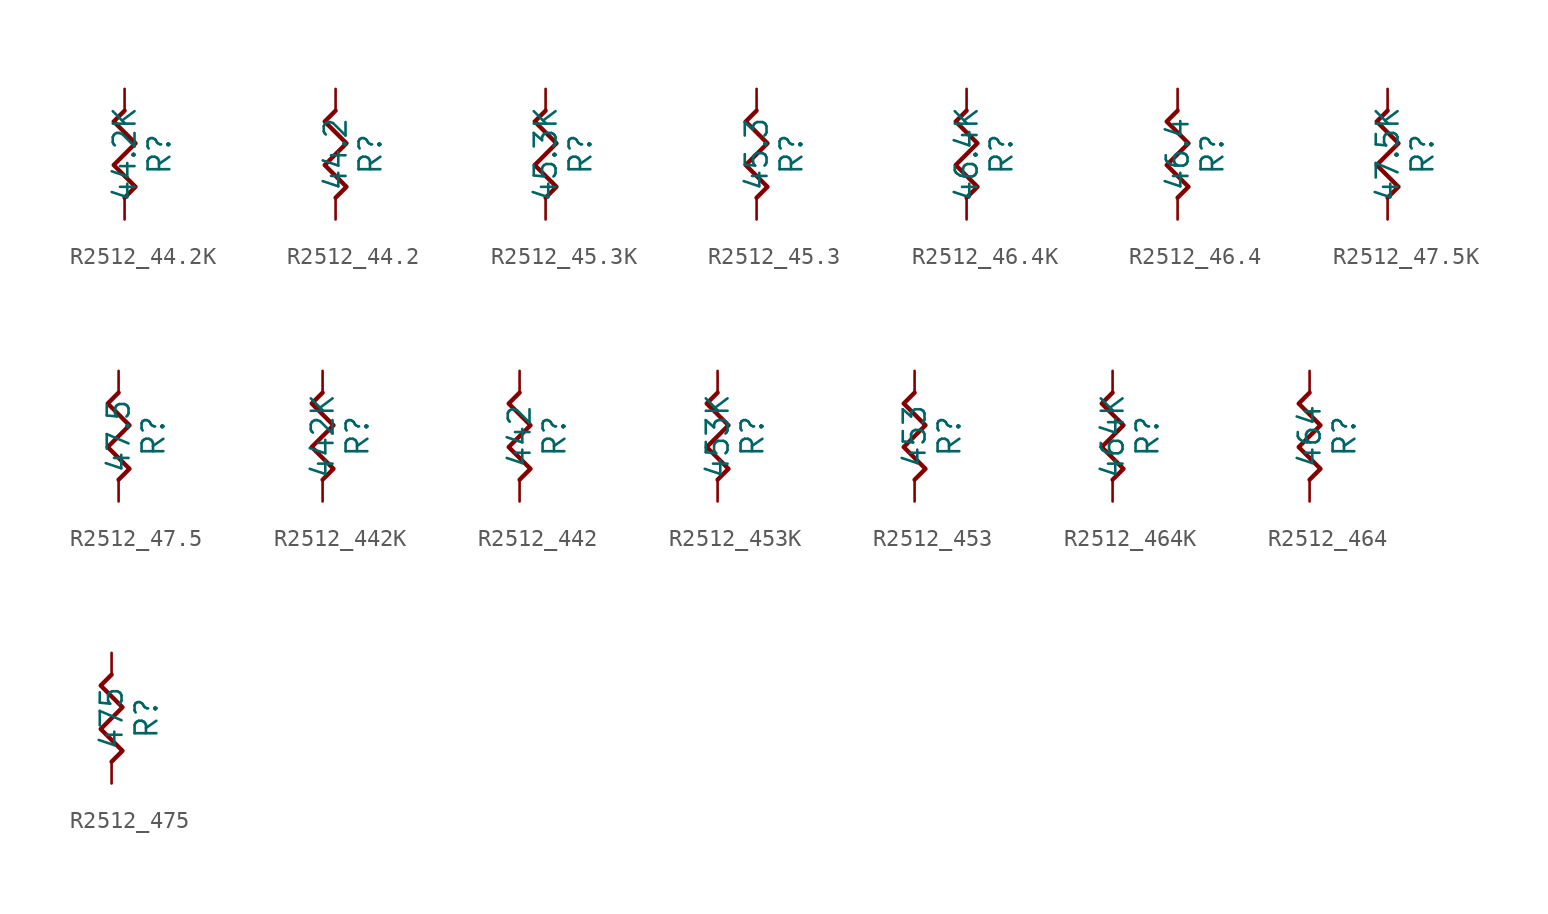
<source format=kicad_sym>
(kicad_symbol_lib
  (version 20211014)
  (generator atlantix-eda)
  (symbol "R2512_44.2K"
    (pin_numbers hide)
    (pin_names
      (offset 0))
    (property "Reference" "R"
      (at 2.032 0 90)
      (effects (font (size 1.27 1.27))))
    (property "Value" "44.2K"
      (at 0 0 90)
      (effects (font (size 1.27 1.27))))
    (symbol "R2512_44.2K_0_1"
      (polyline (pts (xy 0 -2.54) (xy 0.635 -1.905) (xy -0.635 -0.635) (xy 0.635 0.635) (xy -0.635 1.905) (xy 0 2.54)) (stroke (width 0.254) (type default) (color 0 0 0 0)) (fill (type none))))
    (symbol "R2512_44.2K_1_1"
      (pin passive line (at 0 3.81 270) (length 1.27) (name "~" (effects (font (size 1.27 1.27)))) (number "1" (effects (font (size 1.27 1.27)))))
      (pin passive line (at 0 -3.81 90) (length 1.27) (name "~" (effects (font (size 1.27 1.27)))) (number "2" (effects (font (size 1.27 1.27)))))))
  (symbol "R2512_44.2"
    (pin_numbers hide)
    (pin_names
      (offset 0))
    (property "Reference" "R"
      (at 2.032 0 90)
      (effects (font (size 1.27 1.27))))
    (property "Value" "44.2"
      (at 0 0 90)
      (effects (font (size 1.27 1.27))))
    (symbol "R2512_44.2_0_1"
      (polyline (pts (xy 0 -2.54) (xy 0.635 -1.905) (xy -0.635 -0.635) (xy 0.635 0.635) (xy -0.635 1.905) (xy 0 2.54)) (stroke (width 0.254) (type default) (color 0 0 0 0)) (fill (type none))))
    (symbol "R2512_44.2_1_1"
      (pin passive line (at 0 3.81 270) (length 1.27) (name "~" (effects (font (size 1.27 1.27)))) (number "1" (effects (font (size 1.27 1.27)))))
      (pin passive line (at 0 -3.81 90) (length 1.27) (name "~" (effects (font (size 1.27 1.27)))) (number "2" (effects (font (size 1.27 1.27)))))))
  (symbol "R2512_45.3K"
    (pin_numbers hide)
    (pin_names
      (offset 0))
    (property "Reference" "R"
      (at 2.032 0 90)
      (effects (font (size 1.27 1.27))))
    (property "Value" "45.3K"
      (at 0 0 90)
      (effects (font (size 1.27 1.27))))
    (symbol "R2512_45.3K_0_1"
      (polyline (pts (xy 0 -2.54) (xy 0.635 -1.905) (xy -0.635 -0.635) (xy 0.635 0.635) (xy -0.635 1.905) (xy 0 2.54)) (stroke (width 0.254) (type default) (color 0 0 0 0)) (fill (type none))))
    (symbol "R2512_45.3K_1_1"
      (pin passive line (at 0 3.81 270) (length 1.27) (name "~" (effects (font (size 1.27 1.27)))) (number "1" (effects (font (size 1.27 1.27)))))
      (pin passive line (at 0 -3.81 90) (length 1.27) (name "~" (effects (font (size 1.27 1.27)))) (number "2" (effects (font (size 1.27 1.27)))))))
  (symbol "R2512_45.3"
    (pin_numbers hide)
    (pin_names
      (offset 0))
    (property "Reference" "R"
      (at 2.032 0 90)
      (effects (font (size 1.27 1.27))))
    (property "Value" "45.3"
      (at 0 0 90)
      (effects (font (size 1.27 1.27))))
    (symbol "R2512_45.3_0_1"
      (polyline (pts (xy 0 -2.54) (xy 0.635 -1.905) (xy -0.635 -0.635) (xy 0.635 0.635) (xy -0.635 1.905) (xy 0 2.54)) (stroke (width 0.254) (type default) (color 0 0 0 0)) (fill (type none))))
    (symbol "R2512_45.3_1_1"
      (pin passive line (at 0 3.81 270) (length 1.27) (name "~" (effects (font (size 1.27 1.27)))) (number "1" (effects (font (size 1.27 1.27)))))
      (pin passive line (at 0 -3.81 90) (length 1.27) (name "~" (effects (font (size 1.27 1.27)))) (number "2" (effects (font (size 1.27 1.27)))))))
  (symbol "R2512_46.4K"
    (pin_numbers hide)
    (pin_names
      (offset 0))
    (property "Reference" "R"
      (at 2.032 0 90)
      (effects (font (size 1.27 1.27))))
    (property "Value" "46.4K"
      (at 0 0 90)
      (effects (font (size 1.27 1.27))))
    (symbol "R2512_46.4K_0_1"
      (polyline (pts (xy 0 -2.54) (xy 0.635 -1.905) (xy -0.635 -0.635) (xy 0.635 0.635) (xy -0.635 1.905) (xy 0 2.54)) (stroke (width 0.254) (type default) (color 0 0 0 0)) (fill (type none))))
    (symbol "R2512_46.4K_1_1"
      (pin passive line (at 0 3.81 270) (length 1.27) (name "~" (effects (font (size 1.27 1.27)))) (number "1" (effects (font (size 1.27 1.27)))))
      (pin passive line (at 0 -3.81 90) (length 1.27) (name "~" (effects (font (size 1.27 1.27)))) (number "2" (effects (font (size 1.27 1.27)))))))
  (symbol "R2512_46.4"
    (pin_numbers hide)
    (pin_names
      (offset 0))
    (property "Reference" "R"
      (at 2.032 0 90)
      (effects (font (size 1.27 1.27))))
    (property "Value" "46.4"
      (at 0 0 90)
      (effects (font (size 1.27 1.27))))
    (symbol "R2512_46.4_0_1"
      (polyline (pts (xy 0 -2.54) (xy 0.635 -1.905) (xy -0.635 -0.635) (xy 0.635 0.635) (xy -0.635 1.905) (xy 0 2.54)) (stroke (width 0.254) (type default) (color 0 0 0 0)) (fill (type none))))
    (symbol "R2512_46.4_1_1"
      (pin passive line (at 0 3.81 270) (length 1.27) (name "~" (effects (font (size 1.27 1.27)))) (number "1" (effects (font (size 1.27 1.27)))))
      (pin passive line (at 0 -3.81 90) (length 1.27) (name "~" (effects (font (size 1.27 1.27)))) (number "2" (effects (font (size 1.27 1.27)))))))
  (symbol "R2512_47.5K"
    (pin_numbers hide)
    (pin_names
      (offset 0))
    (property "Reference" "R"
      (at 2.032 0 90)
      (effects (font (size 1.27 1.27))))
    (property "Value" "47.5K"
      (at 0 0 90)
      (effects (font (size 1.27 1.27))))
    (symbol "R2512_47.5K_0_1"
      (polyline (pts (xy 0 -2.54) (xy 0.635 -1.905) (xy -0.635 -0.635) (xy 0.635 0.635) (xy -0.635 1.905) (xy 0 2.54)) (stroke (width 0.254) (type default) (color 0 0 0 0)) (fill (type none))))
    (symbol "R2512_47.5K_1_1"
      (pin passive line (at 0 3.81 270) (length 1.27) (name "~" (effects (font (size 1.27 1.27)))) (number "1" (effects (font (size 1.27 1.27)))))
      (pin passive line (at 0 -3.81 90) (length 1.27) (name "~" (effects (font (size 1.27 1.27)))) (number "2" (effects (font (size 1.27 1.27)))))))
  (symbol "R2512_47.5"
    (pin_numbers hide)
    (pin_names
      (offset 0))
    (property "Reference" "R"
      (at 2.032 0 90)
      (effects (font (size 1.27 1.27))))
    (property "Value" "47.5"
      (at 0 0 90)
      (effects (font (size 1.27 1.27))))
    (symbol "R2512_47.5_0_1"
      (polyline (pts (xy 0 -2.54) (xy 0.635 -1.905) (xy -0.635 -0.635) (xy 0.635 0.635) (xy -0.635 1.905) (xy 0 2.54)) (stroke (width 0.254) (type default) (color 0 0 0 0)) (fill (type none))))
    (symbol "R2512_47.5_1_1"
      (pin passive line (at 0 3.81 270) (length 1.27) (name "~" (effects (font (size 1.27 1.27)))) (number "1" (effects (font (size 1.27 1.27)))))
      (pin passive line (at 0 -3.81 90) (length 1.27) (name "~" (effects (font (size 1.27 1.27)))) (number "2" (effects (font (size 1.27 1.27)))))))
  (symbol "R2512_442K"
    (pin_numbers hide)
    (pin_names
      (offset 0))
    (property "Reference" "R"
      (at 2.032 0 90)
      (effects (font (size 1.27 1.27))))
    (property "Value" "442K"
      (at 0 0 90)
      (effects (font (size 1.27 1.27))))
    (symbol "R2512_442K_0_1"
      (polyline (pts (xy 0 -2.54) (xy 0.635 -1.905) (xy -0.635 -0.635) (xy 0.635 0.635) (xy -0.635 1.905) (xy 0 2.54)) (stroke (width 0.254) (type default) (color 0 0 0 0)) (fill (type none))))
    (symbol "R2512_442K_1_1"
      (pin passive line (at 0 3.81 270) (length 1.27) (name "~" (effects (font (size 1.27 1.27)))) (number "1" (effects (font (size 1.27 1.27)))))
      (pin passive line (at 0 -3.81 90) (length 1.27) (name "~" (effects (font (size 1.27 1.27)))) (number "2" (effects (font (size 1.27 1.27)))))))
  (symbol "R2512_442"
    (pin_numbers hide)
    (pin_names
      (offset 0))
    (property "Reference" "R"
      (at 2.032 0 90)
      (effects (font (size 1.27 1.27))))
    (property "Value" "442"
      (at 0 0 90)
      (effects (font (size 1.27 1.27))))
    (symbol "R2512_442_0_1"
      (polyline (pts (xy 0 -2.54) (xy 0.635 -1.905) (xy -0.635 -0.635) (xy 0.635 0.635) (xy -0.635 1.905) (xy 0 2.54)) (stroke (width 0.254) (type default) (color 0 0 0 0)) (fill (type none))))
    (symbol "R2512_442_1_1"
      (pin passive line (at 0 3.81 270) (length 1.27) (name "~" (effects (font (size 1.27 1.27)))) (number "1" (effects (font (size 1.27 1.27)))))
      (pin passive line (at 0 -3.81 90) (length 1.27) (name "~" (effects (font (size 1.27 1.27)))) (number "2" (effects (font (size 1.27 1.27)))))))
  (symbol "R2512_453K"
    (pin_numbers hide)
    (pin_names
      (offset 0))
    (property "Reference" "R"
      (at 2.032 0 90)
      (effects (font (size 1.27 1.27))))
    (property "Value" "453K"
      (at 0 0 90)
      (effects (font (size 1.27 1.27))))
    (symbol "R2512_453K_0_1"
      (polyline (pts (xy 0 -2.54) (xy 0.635 -1.905) (xy -0.635 -0.635) (xy 0.635 0.635) (xy -0.635 1.905) (xy 0 2.54)) (stroke (width 0.254) (type default) (color 0 0 0 0)) (fill (type none))))
    (symbol "R2512_453K_1_1"
      (pin passive line (at 0 3.81 270) (length 1.27) (name "~" (effects (font (size 1.27 1.27)))) (number "1" (effects (font (size 1.27 1.27)))))
      (pin passive line (at 0 -3.81 90) (length 1.27) (name "~" (effects (font (size 1.27 1.27)))) (number "2" (effects (font (size 1.27 1.27)))))))
  (symbol "R2512_453"
    (pin_numbers hide)
    (pin_names
      (offset 0))
    (property "Reference" "R"
      (at 2.032 0 90)
      (effects (font (size 1.27 1.27))))
    (property "Value" "453"
      (at 0 0 90)
      (effects (font (size 1.27 1.27))))
    (symbol "R2512_453_0_1"
      (polyline (pts (xy 0 -2.54) (xy 0.635 -1.905) (xy -0.635 -0.635) (xy 0.635 0.635) (xy -0.635 1.905) (xy 0 2.54)) (stroke (width 0.254) (type default) (color 0 0 0 0)) (fill (type none))))
    (symbol "R2512_453_1_1"
      (pin passive line (at 0 3.81 270) (length 1.27) (name "~" (effects (font (size 1.27 1.27)))) (number "1" (effects (font (size 1.27 1.27)))))
      (pin passive line (at 0 -3.81 90) (length 1.27) (name "~" (effects (font (size 1.27 1.27)))) (number "2" (effects (font (size 1.27 1.27)))))))
  (symbol "R2512_464K"
    (pin_numbers hide)
    (pin_names
      (offset 0))
    (property "Reference" "R"
      (at 2.032 0 90)
      (effects (font (size 1.27 1.27))))
    (property "Value" "464K"
      (at 0 0 90)
      (effects (font (size 1.27 1.27))))
    (symbol "R2512_464K_0_1"
      (polyline (pts (xy 0 -2.54) (xy 0.635 -1.905) (xy -0.635 -0.635) (xy 0.635 0.635) (xy -0.635 1.905) (xy 0 2.54)) (stroke (width 0.254) (type default) (color 0 0 0 0)) (fill (type none))))
    (symbol "R2512_464K_1_1"
      (pin passive line (at 0 3.81 270) (length 1.27) (name "~" (effects (font (size 1.27 1.27)))) (number "1" (effects (font (size 1.27 1.27)))))
      (pin passive line (at 0 -3.81 90) (length 1.27) (name "~" (effects (font (size 1.27 1.27)))) (number "2" (effects (font (size 1.27 1.27)))))))
  (symbol "R2512_464"
    (pin_numbers hide)
    (pin_names
      (offset 0))
    (property "Reference" "R"
      (at 2.032 0 90)
      (effects (font (size 1.27 1.27))))
    (property "Value" "464"
      (at 0 0 90)
      (effects (font (size 1.27 1.27))))
    (symbol "R2512_464_0_1"
      (polyline (pts (xy 0 -2.54) (xy 0.635 -1.905) (xy -0.635 -0.635) (xy 0.635 0.635) (xy -0.635 1.905) (xy 0 2.54)) (stroke (width 0.254) (type default) (color 0 0 0 0)) (fill (type none))))
    (symbol "R2512_464_1_1"
      (pin passive line (at 0 3.81 270) (length 1.27) (name "~" (effects (font (size 1.27 1.27)))) (number "1" (effects (font (size 1.27 1.27)))))
      (pin passive line (at 0 -3.81 90) (length 1.27) (name "~" (effects (font (size 1.27 1.27)))) (number "2" (effects (font (size 1.27 1.27)))))))
  (symbol "R2512_475"
    (pin_numbers hide)
    (pin_names
      (offset 0))
    (property "Reference" "R"
      (at 2.032 0 90)
      (effects (font (size 1.27 1.27))))
    (property "Value" "475"
      (at 0 0 90)
      (effects (font (size 1.27 1.27))))
    (symbol "R2512_475_0_1"
      (polyline (pts (xy 0 -2.54) (xy 0.635 -1.905) (xy -0.635 -0.635) (xy 0.635 0.635) (xy -0.635 1.905) (xy 0 2.54)) (stroke (width 0.254) (type default) (color 0 0 0 0)) (fill (type none))))
    (symbol "R2512_475_1_1"
      (pin passive line (at 0 3.81 270) (length 1.27) (name "~" (effects (font (size 1.27 1.27)))) (number "1" (effects (font (size 1.27 1.27)))))
      (pin passive line (at 0 -3.81 90) (length 1.27) (name "~" (effects (font (size 1.27 1.27)))) (number "2" (effects (font (size 1.27 1.27))))))))
</source>
